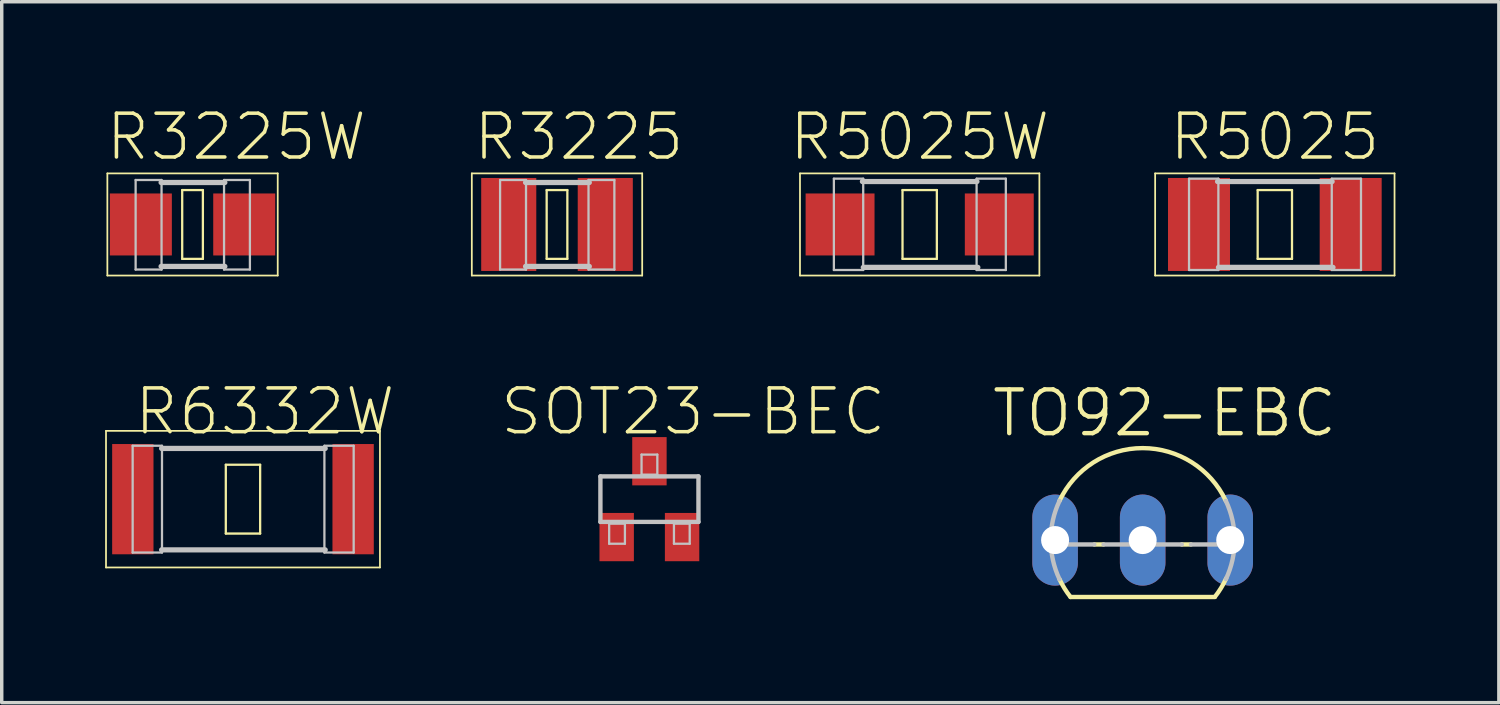
<source format=kicad_pcb>
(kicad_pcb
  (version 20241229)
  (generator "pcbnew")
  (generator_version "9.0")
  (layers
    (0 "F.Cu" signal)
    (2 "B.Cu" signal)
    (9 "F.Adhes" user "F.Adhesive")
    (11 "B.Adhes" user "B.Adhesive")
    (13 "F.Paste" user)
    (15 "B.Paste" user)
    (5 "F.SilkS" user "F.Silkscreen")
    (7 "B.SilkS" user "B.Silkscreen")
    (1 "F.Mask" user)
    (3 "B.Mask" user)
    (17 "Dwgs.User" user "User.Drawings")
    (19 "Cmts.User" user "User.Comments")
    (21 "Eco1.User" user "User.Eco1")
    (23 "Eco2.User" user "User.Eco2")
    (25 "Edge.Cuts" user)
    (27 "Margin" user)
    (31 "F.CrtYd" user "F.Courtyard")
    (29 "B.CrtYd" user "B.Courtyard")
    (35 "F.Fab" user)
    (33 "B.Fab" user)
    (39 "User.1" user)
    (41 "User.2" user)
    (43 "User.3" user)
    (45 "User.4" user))
  (footprint "SOT23-BEC"
    (layer "F.Cu")
    (at 15.788 11.429)
    (property "Reference" "SOT23-BEC" (at 1.27 -2.54 0) (layer "F.SilkS") (effects (font (size 1.27 1.27) (thickness 0.102))))
    (attr smd)
    (fp_line (start -1.422 -0.66) (end 1.422 -0.66) (stroke (width 0.127) (type solid)) (layer "Dwgs.User"))
    (fp_line (start -1.422 0.66) (end -1.422 -0.66) (stroke (width 0.127) (type solid)) (layer "Dwgs.User"))
    (fp_line (start -1.168 0.711) (end -0.711 0.711) (stroke (width 0.066) (type solid)) (layer "Dwgs.User"))
    (fp_line (start -1.168 1.293) (end -1.168 0.711) (stroke (width 0.066) (type solid)) (layer "Dwgs.User"))
    (fp_line (start -1.168 1.293) (end -0.711 1.293) (stroke (width 0.066) (type solid)) (layer "Dwgs.User"))
    (fp_line (start -0.711 1.293) (end -0.711 0.711) (stroke (width 0.066) (type solid)) (layer "Dwgs.User"))
    (fp_line (start -0.229 -1.293) (end 0.229 -1.293) (stroke (width 0.066) (type solid)) (layer "Dwgs.User"))
    (fp_line (start -0.229 -0.711) (end -0.229 -1.293) (stroke (width 0.066) (type solid)) (layer "Dwgs.User"))
    (fp_line (start -0.229 -0.711) (end 0.229 -0.711) (stroke (width 0.066) (type solid)) (layer "Dwgs.User"))
    (fp_line (start 0.229 -0.711) (end 0.229 -1.293) (stroke (width 0.066) (type solid)) (layer "Dwgs.User"))
    (fp_line (start 0.711 0.711) (end 1.168 0.711) (stroke (width 0.066) (type solid)) (layer "Dwgs.User"))
    (fp_line (start 0.711 1.293) (end 0.711 0.711) (stroke (width 0.066) (type solid)) (layer "Dwgs.User"))
    (fp_line (start 0.711 1.293) (end 1.168 1.293) (stroke (width 0.066) (type solid)) (layer "Dwgs.User"))
    (fp_line (start 1.168 1.293) (end 1.168 0.711) (stroke (width 0.066) (type solid)) (layer "Dwgs.User"))
    (fp_line (start 1.422 -0.66) (end 1.422 0.66) (stroke (width 0.127) (type solid)) (layer "Dwgs.User"))
    (fp_line (start 1.422 0.66) (end -1.422 0.66) (stroke (width 0.127) (type solid)) (layer "Dwgs.User"))
    (pad "B" smd rect (at -0.95 1.1) (size 0.998 1.4) (layers "F.Cu" "F.Mask" "F.Paste"))
    (pad "C" smd rect (at 0 -1.1) (size 0.998 1.4) (layers "F.Cu" "F.Mask" "F.Paste"))
    (pad "E" smd rect (at 0.947 1.1) (size 0.998 1.4) (layers "F.Cu" "F.Mask" "F.Paste")))
  (footprint "R5025"
    (layer "F.Cu")
    (at 33.929 3.461)
    (property "Reference" "R5025" (at 0 -2.54 0) (layer "F.SilkS") (effects (font (size 1.27 1.27) (thickness 0.102))))
    (attr smd)
    (fp_line (start -3.472 -1.481) (end 3.472 -1.481) (stroke (width 0.051) (type solid)) (layer "F.SilkS"))
    (fp_line (start -3.472 1.481) (end -3.472 -1.481) (stroke (width 0.051) (type solid)) (layer "F.SilkS"))
    (fp_line (start -0.498 -0.998) (end 0.498 -0.998) (stroke (width 0.066) (type solid)) (layer "F.SilkS"))
    (fp_line (start -0.498 0.998) (end -0.498 -0.998) (stroke (width 0.066) (type solid)) (layer "F.SilkS"))
    (fp_line (start -0.498 0.998) (end 0.498 0.998) (stroke (width 0.066) (type solid)) (layer "F.SilkS"))
    (fp_line (start 0.498 0.998) (end 0.498 -0.998) (stroke (width 0.066) (type solid)) (layer "F.SilkS"))
    (fp_line (start 3.472 -1.481) (end 3.472 1.481) (stroke (width 0.051) (type solid)) (layer "F.SilkS"))
    (fp_line (start 3.472 1.481) (end -3.472 1.481) (stroke (width 0.051) (type solid)) (layer "F.SilkS"))
    (fp_line (start -2.489 -1.328) (end -1.638 -1.328) (stroke (width 0.066) (type solid)) (layer "Dwgs.User"))
    (fp_line (start -2.489 1.321) (end -2.489 -1.328) (stroke (width 0.066) (type solid)) (layer "Dwgs.User"))
    (fp_line (start -2.489 1.321) (end -1.638 1.321) (stroke (width 0.066) (type solid)) (layer "Dwgs.User"))
    (fp_line (start -1.661 -1.245) (end 1.661 -1.245) (stroke (width 0.152) (type solid)) (layer "Dwgs.User"))
    (fp_line (start -1.638 1.321) (end -1.638 -1.328) (stroke (width 0.066) (type solid)) (layer "Dwgs.User"))
    (fp_line (start -1.636 1.245) (end 1.687 1.245) (stroke (width 0.152) (type solid)) (layer "Dwgs.User"))
    (fp_line (start 1.651 -1.328) (end 2.499 -1.328) (stroke (width 0.066) (type solid)) (layer "Dwgs.User"))
    (fp_line (start 1.651 1.321) (end 1.651 -1.328) (stroke (width 0.066) (type solid)) (layer "Dwgs.User"))
    (fp_line (start 1.651 1.321) (end 2.499 1.321) (stroke (width 0.066) (type solid)) (layer "Dwgs.User"))
    (fp_line (start 2.499 1.321) (end 2.499 -1.328) (stroke (width 0.066) (type solid)) (layer "Dwgs.User"))
    (pad "1" smd rect (at -2.2 0) (size 1.798 2.697) (layers "F.Cu" "F.Mask" "F.Paste"))
    (pad "2" smd rect (at 2.2 0) (size 1.798 2.697) (layers "F.Cu" "F.Mask" "F.Paste")))
  (footprint "TO92-EBC"
    (layer "F.Cu")
    (at 30.095 11.346)
    (property "Reference" "TO92-EBC" (at 0.635 -2.413 0) (layer "F.SilkS") (effects (font (size 1.27 1.27) (thickness 0.127))))
    (attr exclude_from_pos_files exclude_from_bom)
    (fp_line (start -2.093 2.921) (end 2.093 2.921) (stroke (width 0.127) (type solid)) (layer "F.SilkS"))
    (fp_line (start -1.135 1.397) (end -1.402 1.397) (stroke (width 0.127) (type solid)) (layer "F.SilkS"))
    (fp_line (start 1.402 1.397) (end 1.135 1.397) (stroke (width 0.127) (type solid)) (layer "F.SilkS"))
    (fp_arc (start -2.413 0.13208) (mid -0.000113 -1.397851) (end 2.412904 0.131876) (stroke (width 0.127) (type solid)) (layer "F.SilkS"))
    (fp_arc (start -2.09296 2.921) (mid -2.266692 2.673441) (end -2.411283 2.407806) (stroke (width 0.127) (type solid)) (layer "F.SilkS"))
    (fp_arc (start 2.42316 2.37998) (mid 2.274388 2.659066) (end 2.093617 2.918573) (stroke (width 0.127) (type solid)) (layer "F.SilkS"))
    (fp_line (start -1.402 1.397) (end -2.662 1.397) (stroke (width 0.127) (type solid)) (layer "Dwgs.User"))
    (fp_line (start 1.135 1.397) (end -1.135 1.397) (stroke (width 0.127) (type solid)) (layer "Dwgs.User"))
    (fp_line (start 2.662 1.397) (end 1.402 1.397) (stroke (width 0.127) (type solid)) (layer "Dwgs.User"))
    (fp_arc (start -2.413 2.40538) (mid -2.666769 1.269917) (end -2.412929 0.13447) (stroke (width 0.127) (type solid)) (layer "Dwgs.User"))
    (fp_arc (start 2.413 0.13208) (mid 2.66785 1.267785) (end 2.414887 2.403911) (stroke (width 0.127) (type solid)) (layer "Dwgs.User"))
    (pad "B" thru_hole oval (at 0 1.27 180) (size 1.321 2.642) (drill 0.813) (layers "*.Cu" "*.Paste" "*.Mask"))
    (pad "C" thru_hole oval (at -2.54 1.27 180) (size 1.321 2.642) (drill 0.813) (layers "*.Cu" "*.Paste" "*.Mask"))
    (pad "E" thru_hole oval (at 2.54 1.27 180) (size 1.321 2.642) (drill 0.813) (layers "*.Cu" "*.Paste" "*.Mask")))
  (footprint "R6332W"
    (layer "F.Cu")
    (at 3.998 11.429)
    (property "Reference" "R6332W" (at 0.635 -2.54 0) (layer "F.SilkS") (effects (font (size 1.27 1.27) (thickness 0.102))))
    (attr smd)
    (fp_line (start -3.973 -1.981) (end 3.973 -1.981) (stroke (width 0.051) (type solid)) (layer "F.SilkS"))
    (fp_line (start -3.973 1.981) (end -3.973 -1.981) (stroke (width 0.051) (type solid)) (layer "F.SilkS"))
    (fp_line (start -0.498 -0.998) (end 0.498 -0.998) (stroke (width 0.066) (type solid)) (layer "F.SilkS"))
    (fp_line (start -0.498 0.998) (end -0.498 -0.998) (stroke (width 0.066) (type solid)) (layer "F.SilkS"))
    (fp_line (start -0.498 0.998) (end 0.498 0.998) (stroke (width 0.066) (type solid)) (layer "F.SilkS"))
    (fp_line (start 0.498 0.998) (end 0.498 -0.998) (stroke (width 0.066) (type solid)) (layer "F.SilkS"))
    (fp_line (start 3.973 -1.981) (end 3.973 1.981) (stroke (width 0.051) (type solid)) (layer "F.SilkS"))
    (fp_line (start 3.973 1.981) (end -3.973 1.981) (stroke (width 0.051) (type solid)) (layer "F.SilkS"))
    (fp_line (start -3.2 -1.549) (end -2.349 -1.549) (stroke (width 0.066) (type solid)) (layer "Dwgs.User"))
    (fp_line (start -3.2 1.549) (end -3.2 -1.549) (stroke (width 0.066) (type solid)) (layer "Dwgs.User"))
    (fp_line (start -3.2 1.549) (end -2.349 1.549) (stroke (width 0.066) (type solid)) (layer "Dwgs.User"))
    (fp_line (start -2.36 -1.471) (end 2.385 -1.471) (stroke (width 0.152) (type solid)) (layer "Dwgs.User"))
    (fp_line (start -2.36 1.471) (end 2.385 1.471) (stroke (width 0.152) (type solid)) (layer "Dwgs.User"))
    (fp_line (start -2.349 1.549) (end -2.349 -1.549) (stroke (width 0.066) (type solid)) (layer "Dwgs.User"))
    (fp_line (start 2.362 -1.549) (end 3.211 -1.549) (stroke (width 0.066) (type solid)) (layer "Dwgs.User"))
    (fp_line (start 2.362 1.549) (end 2.362 -1.549) (stroke (width 0.066) (type solid)) (layer "Dwgs.User"))
    (fp_line (start 2.362 1.549) (end 3.211 1.549) (stroke (width 0.066) (type solid)) (layer "Dwgs.User"))
    (fp_line (start 3.211 1.549) (end 3.211 -1.549) (stroke (width 0.066) (type solid)) (layer "Dwgs.User"))
    (pad "1" smd rect (at -3.195 0) (size 1.199 3.198) (layers "F.Cu" "F.Mask" "F.Paste"))
    (pad "2" smd rect (at 3.195 0) (size 1.199 3.198) (layers "F.Cu" "F.Mask" "F.Paste")))
  (footprint "R3225"
    (layer "F.Cu")
    (at 13.107 3.461)
    (property "Reference" "R3225" (at 0.635 -2.54 0) (layer "F.SilkS") (effects (font (size 1.27 1.27) (thickness 0.102))))
    (attr smd)
    (fp_line (start -2.471 -1.481) (end 2.471 -1.481) (stroke (width 0.051) (type solid)) (layer "F.SilkS"))
    (fp_line (start -2.471 1.481) (end -2.471 -1.481) (stroke (width 0.051) (type solid)) (layer "F.SilkS"))
    (fp_line (start -0.3 -0.998) (end 0.3 -0.998) (stroke (width 0.066) (type solid)) (layer "F.SilkS"))
    (fp_line (start -0.3 0.998) (end -0.3 -0.998) (stroke (width 0.066) (type solid)) (layer "F.SilkS"))
    (fp_line (start -0.3 0.998) (end 0.3 0.998) (stroke (width 0.066) (type solid)) (layer "F.SilkS"))
    (fp_line (start 0.3 0.998) (end 0.3 -0.998) (stroke (width 0.066) (type solid)) (layer "F.SilkS"))
    (fp_line (start 2.471 -1.481) (end 2.471 1.481) (stroke (width 0.051) (type solid)) (layer "F.SilkS"))
    (fp_line (start 2.471 1.481) (end -2.471 1.481) (stroke (width 0.051) (type solid)) (layer "F.SilkS"))
    (fp_line (start -1.651 -1.29) (end -0.899 -1.29) (stroke (width 0.066) (type solid)) (layer "Dwgs.User"))
    (fp_line (start -1.651 1.308) (end -1.651 -1.29) (stroke (width 0.066) (type solid)) (layer "Dwgs.User"))
    (fp_line (start -1.651 1.308) (end -0.899 1.308) (stroke (width 0.066) (type solid)) (layer "Dwgs.User"))
    (fp_line (start -0.912 -1.217) (end 0.937 -1.217) (stroke (width 0.152) (type solid)) (layer "Dwgs.User"))
    (fp_line (start -0.912 1.217) (end 0.937 1.217) (stroke (width 0.152) (type solid)) (layer "Dwgs.User"))
    (fp_line (start -0.899 1.308) (end -0.899 -1.29) (stroke (width 0.066) (type solid)) (layer "Dwgs.User"))
    (fp_line (start 0.914 -1.29) (end 1.664 -1.29) (stroke (width 0.066) (type solid)) (layer "Dwgs.User"))
    (fp_line (start 0.914 1.308) (end 0.914 -1.29) (stroke (width 0.066) (type solid)) (layer "Dwgs.User"))
    (fp_line (start 0.914 1.308) (end 1.664 1.308) (stroke (width 0.066) (type solid)) (layer "Dwgs.User"))
    (fp_line (start 1.664 1.308) (end 1.664 -1.29) (stroke (width 0.066) (type solid)) (layer "Dwgs.User"))
    (pad "1" smd rect (at -1.4 0) (size 1.598 2.697) (layers "F.Cu" "F.Mask" "F.Paste"))
    (pad "2" smd rect (at 1.4 0) (size 1.598 2.697) (layers "F.Cu" "F.Mask" "F.Paste")))
  (footprint "R5025W"
    (layer "F.Cu")
    (at 23.627 3.461)
    (property "Reference" "R5025W" (at 0 -2.54 0) (layer "F.SilkS") (effects (font (size 1.27 1.27) (thickness 0.102))))
    (attr smd)
    (fp_line (start -3.472 -1.481) (end 3.472 -1.481) (stroke (width 0.051) (type solid)) (layer "F.SilkS"))
    (fp_line (start -3.472 1.481) (end -3.472 -1.481) (stroke (width 0.051) (type solid)) (layer "F.SilkS"))
    (fp_line (start -0.498 -0.998) (end 0.498 -0.998) (stroke (width 0.066) (type solid)) (layer "F.SilkS"))
    (fp_line (start -0.498 0.998) (end -0.498 -0.998) (stroke (width 0.066) (type solid)) (layer "F.SilkS"))
    (fp_line (start -0.498 0.998) (end 0.498 0.998) (stroke (width 0.066) (type solid)) (layer "F.SilkS"))
    (fp_line (start 0.498 0.998) (end 0.498 -0.998) (stroke (width 0.066) (type solid)) (layer "F.SilkS"))
    (fp_line (start 3.472 -1.481) (end 3.472 1.481) (stroke (width 0.051) (type solid)) (layer "F.SilkS"))
    (fp_line (start 3.472 1.481) (end -3.472 1.481) (stroke (width 0.051) (type solid)) (layer "F.SilkS"))
    (fp_line (start -2.489 -1.328) (end -1.638 -1.328) (stroke (width 0.066) (type solid)) (layer "Dwgs.User"))
    (fp_line (start -2.489 1.321) (end -2.489 -1.328) (stroke (width 0.066) (type solid)) (layer "Dwgs.User"))
    (fp_line (start -2.489 1.321) (end -1.638 1.321) (stroke (width 0.066) (type solid)) (layer "Dwgs.User"))
    (fp_line (start -1.661 -1.245) (end 1.661 -1.245) (stroke (width 0.152) (type solid)) (layer "Dwgs.User"))
    (fp_line (start -1.638 1.321) (end -1.638 -1.328) (stroke (width 0.066) (type solid)) (layer "Dwgs.User"))
    (fp_line (start -1.636 1.245) (end 1.687 1.245) (stroke (width 0.152) (type solid)) (layer "Dwgs.User"))
    (fp_line (start 1.651 -1.328) (end 2.499 -1.328) (stroke (width 0.066) (type solid)) (layer "Dwgs.User"))
    (fp_line (start 1.651 1.321) (end 1.651 -1.328) (stroke (width 0.066) (type solid)) (layer "Dwgs.User"))
    (fp_line (start 1.651 1.321) (end 2.499 1.321) (stroke (width 0.066) (type solid)) (layer "Dwgs.User"))
    (fp_line (start 2.499 1.321) (end 2.499 -1.328) (stroke (width 0.066) (type solid)) (layer "Dwgs.User"))
    (pad "1" smd rect (at -2.309 0) (size 1.999 1.798) (layers "F.Cu" "F.Mask" "F.Paste"))
    (pad "2" smd rect (at 2.309 0) (size 1.999 1.798) (layers "F.Cu" "F.Mask" "F.Paste")))
  (footprint "R3225W"
    (layer "F.Cu")
    (at 2.535 3.461)
    (property "Reference" "R3225W" (at 1.27 -2.54 0) (layer "F.SilkS") (effects (font (size 1.27 1.27) (thickness 0.102))))
    (attr smd)
    (fp_line (start -2.471 -1.481) (end 2.471 -1.481) (stroke (width 0.051) (type solid)) (layer "F.SilkS"))
    (fp_line (start -2.471 1.481) (end -2.471 -1.481) (stroke (width 0.051) (type solid)) (layer "F.SilkS"))
    (fp_line (start -0.3 -0.998) (end 0.3 -0.998) (stroke (width 0.066) (type solid)) (layer "F.SilkS"))
    (fp_line (start -0.3 0.998) (end -0.3 -0.998) (stroke (width 0.066) (type solid)) (layer "F.SilkS"))
    (fp_line (start -0.3 0.998) (end 0.3 0.998) (stroke (width 0.066) (type solid)) (layer "F.SilkS"))
    (fp_line (start 0.3 0.998) (end 0.3 -0.998) (stroke (width 0.066) (type solid)) (layer "F.SilkS"))
    (fp_line (start 2.471 -1.481) (end 2.471 1.481) (stroke (width 0.051) (type solid)) (layer "F.SilkS"))
    (fp_line (start 2.471 1.481) (end -2.471 1.481) (stroke (width 0.051) (type solid)) (layer "F.SilkS"))
    (fp_line (start -1.651 -1.29) (end -0.899 -1.29) (stroke (width 0.066) (type solid)) (layer "Dwgs.User"))
    (fp_line (start -1.651 1.308) (end -1.651 -1.29) (stroke (width 0.066) (type solid)) (layer "Dwgs.User"))
    (fp_line (start -1.651 1.308) (end -0.899 1.308) (stroke (width 0.066) (type solid)) (layer "Dwgs.User"))
    (fp_line (start -0.912 -1.217) (end 0.937 -1.217) (stroke (width 0.152) (type solid)) (layer "Dwgs.User"))
    (fp_line (start -0.912 1.217) (end 0.937 1.217) (stroke (width 0.152) (type solid)) (layer "Dwgs.User"))
    (fp_line (start -0.899 1.308) (end -0.899 -1.29) (stroke (width 0.066) (type solid)) (layer "Dwgs.User"))
    (fp_line (start 0.914 -1.29) (end 1.664 -1.29) (stroke (width 0.066) (type solid)) (layer "Dwgs.User"))
    (fp_line (start 0.914 1.308) (end 0.914 -1.29) (stroke (width 0.066) (type solid)) (layer "Dwgs.User"))
    (fp_line (start 0.914 1.308) (end 1.664 1.308) (stroke (width 0.066) (type solid)) (layer "Dwgs.User"))
    (fp_line (start 1.664 1.308) (end 1.664 -1.29) (stroke (width 0.066) (type solid)) (layer "Dwgs.User"))
    (pad "1" smd rect (at -1.499 0) (size 1.798 1.798) (layers "F.Cu" "F.Mask" "F.Paste"))
    (pad "2" smd rect (at 1.499 0) (size 1.798 1.798) (layers "F.Cu" "F.Mask" "F.Paste")))
  (gr_rect
    (start -3 -3)
    (end 40.427 17.331)
    (stroke (width 0.1) (type default))
    (fill no)
    (layer "Edge.Cuts")))
</source>
